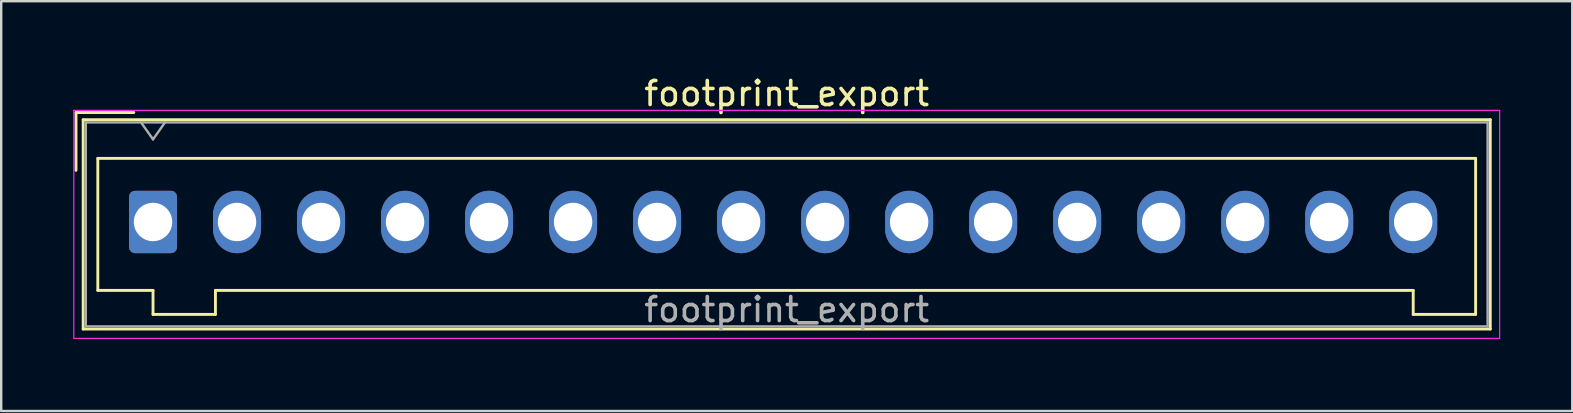
<source format=kicad_pcb>
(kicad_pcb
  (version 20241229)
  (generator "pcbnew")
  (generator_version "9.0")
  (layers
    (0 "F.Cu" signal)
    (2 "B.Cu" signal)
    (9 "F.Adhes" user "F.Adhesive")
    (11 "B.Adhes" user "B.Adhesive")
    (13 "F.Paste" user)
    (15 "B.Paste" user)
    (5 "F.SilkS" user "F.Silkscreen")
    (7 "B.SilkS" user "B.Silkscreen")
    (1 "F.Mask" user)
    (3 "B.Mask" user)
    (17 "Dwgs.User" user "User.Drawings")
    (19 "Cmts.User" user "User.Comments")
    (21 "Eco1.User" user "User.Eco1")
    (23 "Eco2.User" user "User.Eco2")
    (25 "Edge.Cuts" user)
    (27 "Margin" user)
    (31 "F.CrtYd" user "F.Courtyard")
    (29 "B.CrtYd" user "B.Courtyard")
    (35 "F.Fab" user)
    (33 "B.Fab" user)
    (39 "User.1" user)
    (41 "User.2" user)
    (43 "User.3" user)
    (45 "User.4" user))
  (footprint "footprint_export"
    (layer "F.Cu")
    (at 3.325 6.198)
    (property "Reference" "footprint_export" (at 26.4 -5.35 0) (layer "F.SilkS") (effects (font (size 1 1) (thickness 0.15))))
    (attr through_hole)
    (fp_line (start -3.21 -4.56) (end -0.8 -4.56) (stroke (width 0.12) (type solid)) (layer "F.SilkS"))
    (fp_line (start -3.21 -2.15) (end -3.21 -4.56) (stroke (width 0.12) (type solid)) (layer "F.SilkS"))
    (fp_line (start -2.91 -4.26) (end -2.91 4.46) (stroke (width 0.12) (type solid)) (layer "F.SilkS"))
    (fp_line (start -2.91 4.46) (end 55.71 4.46) (stroke (width 0.12) (type solid)) (layer "F.SilkS"))
    (fp_line (start -2.3 -2.65) (end -2.3 2.85) (stroke (width 0.12) (type solid)) (layer "F.SilkS"))
    (fp_line (start -2.3 2.85) (end 0 2.85) (stroke (width 0.12) (type solid)) (layer "F.SilkS"))
    (fp_line (start 0 2.85) (end 0 3.85) (stroke (width 0.12) (type solid)) (layer "F.SilkS"))
    (fp_line (start 0 3.85) (end 2.6 3.85) (stroke (width 0.12) (type solid)) (layer "F.SilkS"))
    (fp_line (start 2.6 2.85) (end 52.5 2.85) (stroke (width 0.12) (type solid)) (layer "F.SilkS"))
    (fp_line (start 2.6 3.85) (end 2.6 2.85) (stroke (width 0.12) (type solid)) (layer "F.SilkS"))
    (fp_line (start 52.5 2.85) (end 52.5 3.85) (stroke (width 0.12) (type solid)) (layer "F.SilkS"))
    (fp_line (start 52.5 3.85) (end 55.1 3.85) (stroke (width 0.12) (type solid)) (layer "F.SilkS"))
    (fp_line (start 55.1 -2.65) (end -2.3 -2.65) (stroke (width 0.12) (type solid)) (layer "F.SilkS"))
    (fp_line (start 55.1 3.85) (end 55.1 -2.65) (stroke (width 0.12) (type solid)) (layer "F.SilkS"))
    (fp_line (start 55.71 -4.26) (end -2.91 -4.26) (stroke (width 0.12) (type solid)) (layer "F.SilkS"))
    (fp_line (start 55.71 4.46) (end 55.71 -4.26) (stroke (width 0.12) (type solid)) (layer "F.SilkS"))
    (fp_line (start -3.3 -4.65) (end -3.3 4.85) (stroke (width 0.05) (type solid)) (layer "F.CrtYd"))
    (fp_line (start -3.3 4.85) (end 56.1 4.85) (stroke (width 0.05) (type solid)) (layer "F.CrtYd"))
    (fp_line (start 56.1 -4.65) (end -3.3 -4.65) (stroke (width 0.05) (type solid)) (layer "F.CrtYd"))
    (fp_line (start 56.1 4.85) (end 56.1 -4.65) (stroke (width 0.05) (type solid)) (layer "F.CrtYd"))
    (fp_line (start -2.8 -4.15) (end -2.8 4.35) (stroke (width 0.1) (type solid)) (layer "F.Fab"))
    (fp_line (start -2.8 4.35) (end 55.6 4.35) (stroke (width 0.1) (type solid)) (layer "F.Fab"))
    (fp_line (start -0.5 -4.15) (end 0 -3.443) (stroke (width 0.1) (type solid)) (layer "F.Fab"))
    (fp_line (start 0 -3.443) (end 0.5 -4.15) (stroke (width 0.1) (type solid)) (layer "F.Fab"))
    (fp_line (start 55.6 -4.15) (end -2.8 -4.15) (stroke (width 0.1) (type solid)) (layer "F.Fab"))
    (fp_line (start 55.6 4.35) (end 55.6 -4.15) (stroke (width 0.1) (type solid)) (layer "F.Fab"))
    (fp_text user "${REFERENCE}" (at 26.4 3.65 0) (layer "F.Fab") (effects (font (size 1 1) (thickness 0.15))))
    (pad "1" thru_hole roundrect (at 0 0) (size 2 2.6) (drill 1.6) (layers "*.Cu" "*.Mask") (roundrect_rratio 0.125))
    (pad "2" thru_hole oval (at 3.5 0) (size 2 2.6) (drill 1.6) (layers "*.Cu" "*.Mask"))
    (pad "3" thru_hole oval (at 7 0) (size 2 2.6) (drill 1.6) (layers "*.Cu" "*.Mask"))
    (pad "4" thru_hole oval (at 10.5 0) (size 2 2.6) (drill 1.6) (layers "*.Cu" "*.Mask"))
    (pad "5" thru_hole oval (at 14 0) (size 2 2.6) (drill 1.6) (layers "*.Cu" "*.Mask"))
    (pad "6" thru_hole oval (at 17.5 0) (size 2 2.6) (drill 1.6) (layers "*.Cu" "*.Mask"))
    (pad "7" thru_hole oval (at 21 0) (size 2 2.6) (drill 1.6) (layers "*.Cu" "*.Mask"))
    (pad "8" thru_hole oval (at 24.5 0) (size 2 2.6) (drill 1.6) (layers "*.Cu" "*.Mask"))
    (pad "9" thru_hole oval (at 28 0) (size 2 2.6) (drill 1.6) (layers "*.Cu" "*.Mask"))
    (pad "10" thru_hole oval (at 31.5 0) (size 2 2.6) (drill 1.6) (layers "*.Cu" "*.Mask"))
    (pad "11" thru_hole oval (at 35 0) (size 2 2.6) (drill 1.6) (layers "*.Cu" "*.Mask"))
    (pad "12" thru_hole oval (at 38.5 0) (size 2 2.6) (drill 1.6) (layers "*.Cu" "*.Mask"))
    (pad "13" thru_hole oval (at 42 0) (size 2 2.6) (drill 1.6) (layers "*.Cu" "*.Mask"))
    (pad "14" thru_hole oval (at 45.5 0) (size 2 2.6) (drill 1.6) (layers "*.Cu" "*.Mask"))
    (pad "15" thru_hole oval (at 49 0) (size 2 2.6) (drill 1.6) (layers "*.Cu" "*.Mask"))
    (pad "16" thru_hole oval (at 52.5 0) (size 2 2.6) (drill 1.6) (layers "*.Cu" "*.Mask")))
  (gr_rect
    (start -3 -3)
    (end 62.45 14.073)
    (stroke (width 0.1) (type default))
    (fill no)
    (layer "Edge.Cuts")))
</source>
